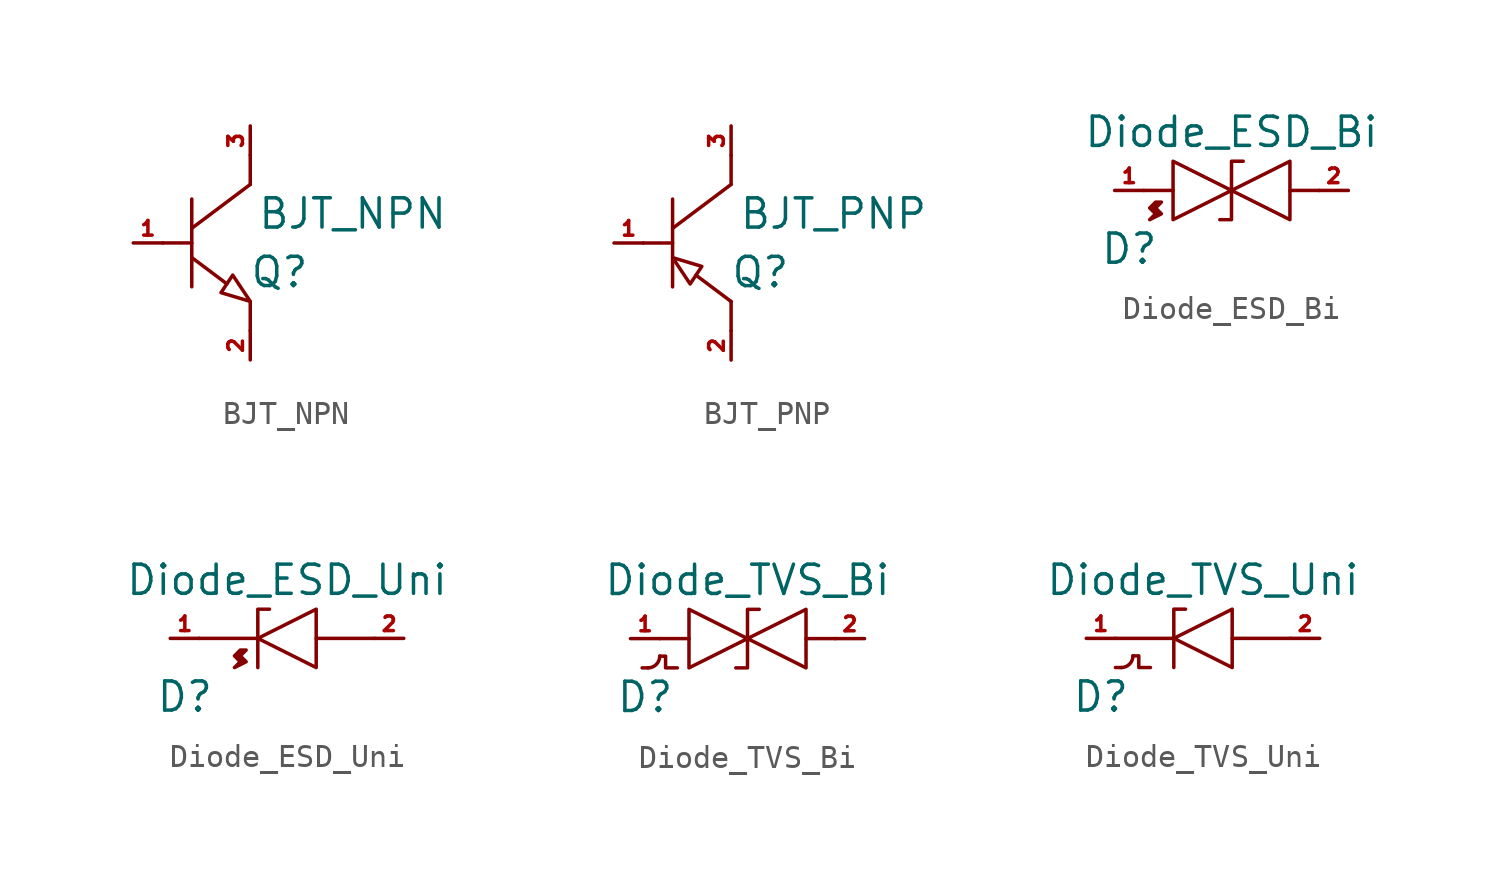
<source format=kicad_sym>
(kicad_symbol_lib
  (version 20211014)
  (generator kicad_symbol_editor)
  (symbol "BJT_NPN"
    (pin_names
      (offset 1.016) hide)
    (property "Reference" "Q"
      (at 1.27 -1.27 0)
      (effects (font (size 1.27 1.27))))
    (property "Value" "BJT_NPN"
      (at 4.445 1.27 0)
      (effects (font (size 1.27 1.27))))
    (symbol "BJT_NPN_0_1"
      (polyline (pts (xy -3.81 0) (xy -2.54 0)) (stroke (width 0) (type default) (color 0 0 0 0)) (fill (type none)))
      (polyline (pts (xy -2.54 0.635) (xy 0 2.54)) (stroke (width 0) (type default) (color 0 0 0 0)) (fill (type none)))
      (polyline (pts (xy -2.54 1.905) (xy -2.54 -1.905)) (stroke (width 0) (type default) (color 0 0 0 0)) (fill (type none)))
      (polyline (pts (xy -1.016 -1.778) (xy -2.54 -0.635)) (stroke (width 0) (type default) (color 0 0 0 0)) (fill (type none)))
      (polyline (pts (xy 0 -3.81) (xy 0 -2.54)) (stroke (width 0) (type default) (color 0 0 0 0)) (fill (type none)))
      (polyline (pts (xy 0 3.81) (xy 0 2.54)) (stroke (width 0) (type default) (color 0 0 0 0)) (fill (type none)))
      (polyline (pts (xy -0.762 -1.397) (xy -1.27 -2.159) (xy 0 -2.54) (xy -0.762 -1.397)) (stroke (width 0) (type default) (color 0 0 0 0)) (fill (type none))))
    (symbol "BJT_NPN_1_1"
      (pin passive line (at -5.08 0 0) (length 1.27) (name "Base" (effects (font (size 0.635 0.635)))) (number "1" (effects (font (size 0.635 0.635)))))
      (pin passive line (at 0 -5.08 90) (length 1.27) (name "Emitter" (effects (font (size 0.635 0.635)))) (number "2" (effects (font (size 0.635 0.635)))))
      (pin passive line (at 0 5.08 270) (length 1.27) (name "Collector" (effects (font (size 0.635 0.635)))) (number "3" (effects (font (size 0.635 0.635)))))))
  (symbol "BJT_PNP"
    (pin_names
      (offset 1.016) hide)
    (property "Reference" "Q"
      (at 1.27 -1.27 0)
      (effects (font (size 1.27 1.27))))
    (property "Value" "BJT_PNP"
      (at 4.445 1.27 0)
      (effects (font (size 1.27 1.27))))
    (symbol "BJT_PNP_0_1"
      (polyline (pts (xy -1.524 -1.397) (xy 0 -2.54)) (stroke (width 0) (type default) (color 0 0 0 0)) (fill (type none)))
      (polyline (pts (xy -1.778 -1.778) (xy -1.27 -1.016) (xy -2.54 -0.635) (xy -1.778 -1.778)) (stroke (width 0) (type default) (color 0 0 0 0)) (fill (type none))))
    (symbol "BJT_PNP_1_1"
      (polyline (pts (xy -3.81 0) (xy -2.54 0)) (stroke (width 0) (type default) (color 0 0 0 0)) (fill (type none)))
      (polyline (pts (xy -2.54 0.635) (xy 0 2.54)) (stroke (width 0) (type default) (color 0 0 0 0)) (fill (type none)))
      (polyline (pts (xy -2.54 1.905) (xy -2.54 -1.905)) (stroke (width 0) (type default) (color 0 0 0 0)) (fill (type none)))
      (polyline (pts (xy 0 -3.81) (xy 0 -2.54)) (stroke (width 0) (type default) (color 0 0 0 0)) (fill (type none)))
      (polyline (pts (xy 0 3.81) (xy 0 2.54)) (stroke (width 0) (type default) (color 0 0 0 0)) (fill (type none)))
      (pin passive line (at -5.08 0 0) (length 1.27) (name "Base" (effects (font (size 0.635 0.635)))) (number "1" (effects (font (size 0.635 0.635)))))
      (pin passive line (at 0 -5.08 90) (length 1.27) (name "Emitter" (effects (font (size 0.635 0.635)))) (number "2" (effects (font (size 0.635 0.635)))))
      (pin passive line (at 0 5.08 270) (length 1.27) (name "Collector" (effects (font (size 0.635 0.635)))) (number "3" (effects (font (size 0.635 0.635)))))))
  (symbol "Diode_ESD_Bi"
    (pin_names
      (offset 1.016) hide)
    (property "Reference" "D"
      (at -4.445 -2.54 0)
      (effects (font (size 1.27 1.27))))
    (property "Value" "Diode_ESD_Bi"
      (at 0 2.54 0)
      (effects (font (size 1.27 1.27))))
    (symbol "Diode_ESD_Bi_0_1"
      (polyline (pts (xy -3.81 0) (xy -2.54 0)) (stroke (width 0) (type default) (color 0 0 0 0)) (fill (type none)))
      (polyline (pts (xy 2.54 0) (xy 3.81 0)) (stroke (width 0) (type default) (color 0 0 0 0)) (fill (type none)))
      (polyline (pts (xy 0.508 1.27) (xy 0 1.27) (xy 0 -1.27) (xy -0.508 -1.27)) (stroke (width 0) (type default) (color 0 0 0 0)) (fill (type none)))
      (polyline (pts (xy -3.302 -0.508) (xy -3.048 -0.508) (xy -3.302 -0.762) (xy -3.048 -1.016) (xy -3.556 -1.27) (xy -3.302 -1.016) (xy -3.556 -0.762) (xy -3.302 -0.508)) (stroke (width 0) (type default) (color 0 0 0 0)) (fill (type outline))))
    (symbol "Diode_ESD_Bi_1_1"
      (polyline (pts (xy -2.54 -1.27) (xy 0 0) (xy -2.54 1.27) (xy -2.54 -1.27)) (stroke (width 0) (type default) (color 0 0 0 0)) (fill (type none)))
      (polyline (pts (xy 2.54 1.27) (xy 0 0) (xy 2.54 -1.27) (xy 2.54 1.27)) (stroke (width 0) (type default) (color 0 0 0 0)) (fill (type none)))
      (pin passive line (at -5.08 0 0) (length 1.27) (name "Cathode" (effects (font (size 0.635 0.635)))) (number "1" (effects (font (size 0.635 0.635)))))
      (pin passive line (at 5.08 0 180) (length 1.27) (name "Anode" (effects (font (size 0.635 0.635)))) (number "2" (effects (font (size 0.635 0.635)))))))
  (symbol "Diode_ESD_Uni"
    (pin_names
      (offset 1.016) hide)
    (property "Reference" "D"
      (at -4.445 -2.54 0)
      (effects (font (size 1.27 1.27))))
    (property "Value" "Diode_ESD_Uni"
      (at 0 2.54 0)
      (effects (font (size 1.27 1.27))))
    (symbol "Diode_ESD_Uni_0_1"
      (polyline (pts (xy -0.762 1.27) (xy -1.27 1.27) (xy -1.27 -1.27)) (stroke (width 0) (type default) (color 0 0 0 0)) (fill (type none))))
    (symbol "Diode_ESD_Uni_1_1"
      (polyline (pts (xy -3.81 0) (xy -1.27 0)) (stroke (width 0) (type default) (color 0 0 0 0)) (fill (type none)))
      (polyline (pts (xy 1.27 0) (xy 3.81 0)) (stroke (width 0) (type default) (color 0 0 0 0)) (fill (type none)))
      (polyline (pts (xy 1.27 1.27) (xy -1.27 0) (xy 1.27 -1.27) (xy 1.27 1.27)) (stroke (width 0) (type default) (color 0 0 0 0)) (fill (type none)))
      (polyline (pts (xy -2.032 -0.508) (xy -1.778 -0.508) (xy -2.032 -0.762) (xy -1.778 -1.016) (xy -2.286 -1.27) (xy -2.032 -1.016) (xy -2.286 -0.762) (xy -2.032 -0.508)) (stroke (width 0) (type default) (color 0 0 0 0)) (fill (type outline)))
      (pin passive line (at -5.08 0 0) (length 1.27) (name "Cathode" (effects (font (size 0.635 0.635)))) (number "1" (effects (font (size 0.635 0.635)))))
      (pin passive line (at 5.08 0 180) (length 1.27) (name "Anode" (effects (font (size 0.635 0.635)))) (number "2" (effects (font (size 0.635 0.635)))))))
  (symbol "Diode_TVS_Bi"
    (pin_names
      (offset 1.016) hide)
    (property "Reference" "D"
      (at -4.445 -2.54 0)
      (effects (font (size 1.27 1.27))))
    (property "Value" "Diode_TVS_Bi"
      (at 0 2.54 0)
      (effects (font (size 1.27 1.27))))
    (symbol "Diode_TVS_Bi_0_1"
      (arc (start -4.318 -1.27) (mid -3.9588 -1.1212) (end -3.81 -0.762) (stroke (width 0) (type default) (color 0 0 0 0)) (fill (type none)))
      (polyline (pts (xy -4.572 -1.27) (xy -4.318 -1.27)) (stroke (width 0) (type default) (color 0 0 0 0)) (fill (type none)))
      (polyline (pts (xy -3.81 0) (xy -2.54 0)) (stroke (width 0) (type default) (color 0 0 0 0)) (fill (type none)))
      (polyline (pts (xy 2.54 0) (xy 3.81 0)) (stroke (width 0) (type default) (color 0 0 0 0)) (fill (type none)))
      (polyline (pts (xy -3.81 -0.762) (xy -3.556 -0.762) (xy -3.556 -1.27) (xy -3.048 -1.27)) (stroke (width 0) (type default) (color 0 0 0 0)) (fill (type none)))
      (polyline (pts (xy 0.508 1.27) (xy 0 1.27) (xy 0 -1.27) (xy -0.508 -1.27)) (stroke (width 0) (type default) (color 0 0 0 0)) (fill (type none))))
    (symbol "Diode_TVS_Bi_1_1"
      (polyline (pts (xy -2.54 -1.27) (xy 0 0) (xy -2.54 1.27) (xy -2.54 -1.27)) (stroke (width 0) (type default) (color 0 0 0 0)) (fill (type none)))
      (polyline (pts (xy 2.54 1.27) (xy 0 0) (xy 2.54 -1.27) (xy 2.54 1.27)) (stroke (width 0) (type default) (color 0 0 0 0)) (fill (type none)))
      (pin passive line (at -5.08 0 0) (length 1.27) (name "Cathode" (effects (font (size 0.635 0.635)))) (number "1" (effects (font (size 0.635 0.635)))))
      (pin passive line (at 5.08 0 180) (length 1.27) (name "Anode" (effects (font (size 0.635 0.635)))) (number "2" (effects (font (size 0.635 0.635)))))))
  (symbol "Diode_TVS_Uni"
    (pin_names
      (offset 1.016) hide)
    (property "Reference" "D"
      (at -4.445 -2.54 0)
      (effects (font (size 1.27 1.27))))
    (property "Value" "Diode_TVS_Uni"
      (at 0 2.54 0)
      (effects (font (size 1.27 1.27))))
    (symbol "Diode_TVS_Uni_0_1"
      (arc (start -3.556 -1.27) (mid -3.1968 -1.1212) (end -3.048 -0.762) (stroke (width 0) (type default) (color 0 0 0 0)) (fill (type none)))
      (polyline (pts (xy -3.81 -1.27) (xy -3.556 -1.27)) (stroke (width 0) (type default) (color 0 0 0 0)) (fill (type none)))
      (polyline (pts (xy -0.762 1.27) (xy -1.27 1.27) (xy -1.27 -1.27)) (stroke (width 0) (type default) (color 0 0 0 0)) (fill (type none)))
      (polyline (pts (xy -3.048 -0.762) (xy -2.794 -0.762) (xy -2.794 -1.27) (xy -2.286 -1.27)) (stroke (width 0) (type default) (color 0 0 0 0)) (fill (type none))))
    (symbol "Diode_TVS_Uni_1_1"
      (polyline (pts (xy -3.81 0) (xy -1.27 0)) (stroke (width 0) (type default) (color 0 0 0 0)) (fill (type none)))
      (polyline (pts (xy 1.27 0) (xy 3.81 0)) (stroke (width 0) (type default) (color 0 0 0 0)) (fill (type none)))
      (polyline (pts (xy 1.27 1.27) (xy -1.27 0) (xy 1.27 -1.27) (xy 1.27 1.27)) (stroke (width 0) (type default) (color 0 0 0 0)) (fill (type none)))
      (pin passive line (at -5.08 0 0) (length 1.27) (name "Cathode" (effects (font (size 0.635 0.635)))) (number "1" (effects (font (size 0.635 0.635)))))
      (pin passive line (at 5.08 0 180) (length 1.27) (name "Anode" (effects (font (size 0.635 0.635)))) (number "2" (effects (font (size 0.635 0.635))))))))
</source>
